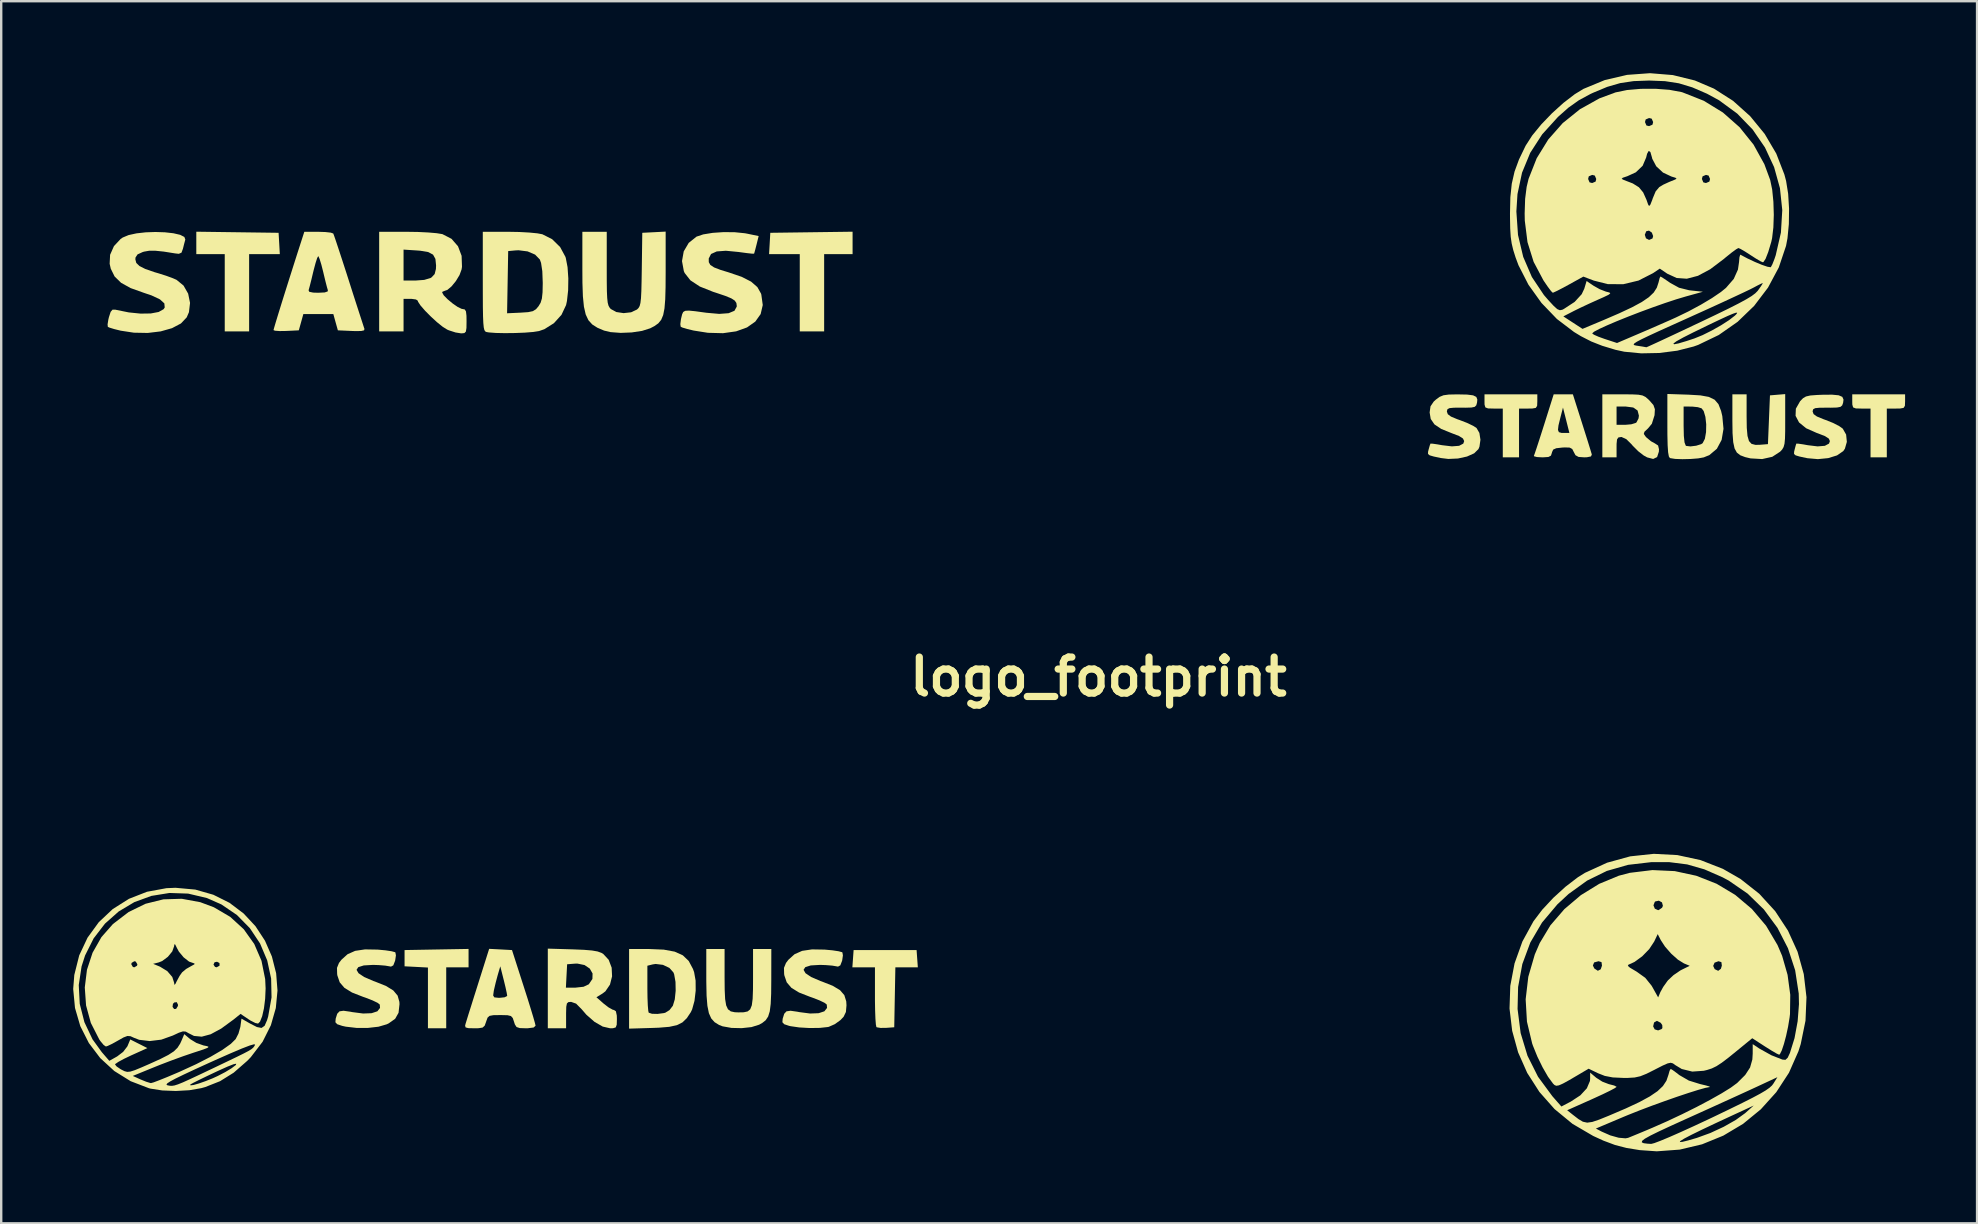
<source format=kicad_pcb>
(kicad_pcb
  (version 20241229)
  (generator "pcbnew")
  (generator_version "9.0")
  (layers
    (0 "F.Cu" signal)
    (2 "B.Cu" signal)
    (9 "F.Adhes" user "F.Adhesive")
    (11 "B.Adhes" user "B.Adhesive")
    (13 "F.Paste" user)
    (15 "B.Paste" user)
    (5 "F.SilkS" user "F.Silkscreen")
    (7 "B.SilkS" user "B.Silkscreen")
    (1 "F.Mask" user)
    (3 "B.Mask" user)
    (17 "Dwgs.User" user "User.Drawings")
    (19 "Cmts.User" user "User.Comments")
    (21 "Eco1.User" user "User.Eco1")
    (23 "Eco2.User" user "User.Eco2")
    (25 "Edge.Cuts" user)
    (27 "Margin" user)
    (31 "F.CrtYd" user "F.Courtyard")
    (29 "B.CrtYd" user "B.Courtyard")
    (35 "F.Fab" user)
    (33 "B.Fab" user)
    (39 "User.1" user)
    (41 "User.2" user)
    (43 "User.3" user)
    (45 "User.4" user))
  (footprint "logo_footprint"
    (layer "F.Cu")
    (at 42.722 25.151)
    (property "Reference" "logo_footprint" (at 0 0 0) (layer "F.SilkS") (effects (font (size 1.5 1.5) (thickness 0.3))))
    (attr board_only exclude_from_pos_files exclude_from_bom)
    (fp_poly (pts (xy -35.877 -18.523) (xy -34.163 -18.5) (xy -34.137 -18.055) (xy -34.112 -17.611) (xy -34.751 -17.611) (xy -35.391 -17.611) (xy -35.391 -16.002) (xy -35.391 -14.393) (xy -35.899 -14.393) (xy -36.407 -14.393) (xy -36.407 -16.002) (xy -36.407 -17.611) (xy -36.999 -17.611) (xy -37.592 -17.611) (xy -37.592 -18.078) (xy -37.592 -18.546)) (stroke (width 0) (type solid)) (fill yes) (layer "F.SilkS"))
    (fp_poly (pts (xy -26.247 11.724) (xy -26.247 12.107) (xy -26.712 12.107) (xy -27.178 12.107) (xy -27.178 13.377) (xy -27.178 14.647) (xy -27.559 14.647) (xy -27.94 14.647) (xy -27.94 13.382) (xy -27.94 12.116) (xy -28.427 12.09) (xy -28.914 12.065) (xy -28.914 11.726) (xy -28.914 11.388) (xy -27.58 11.364) (xy -26.247 11.341)) (stroke (width 0) (type solid)) (fill yes) (layer "F.SilkS"))
    (fp_poly (pts (xy -10.245 -18.078) (xy -10.245 -17.611) (xy -10.837 -17.611) (xy -11.43 -17.611) (xy -11.43 -16.002) (xy -11.43 -14.393) (xy -11.938 -14.393) (xy -12.446 -14.393) (xy -12.446 -16.002) (xy -12.446 -17.611) (xy -13.085 -17.611) (xy -13.725 -17.611) (xy -13.699 -18.055) (xy -13.674 -18.5) (xy -11.959 -18.523) (xy -10.245 -18.546)) (stroke (width 0) (type solid)) (fill yes) (layer "F.SilkS"))
    (fp_poly (pts (xy 18.288 -11.472) (xy 18.28 -11.29) (xy 18.225 -11.204) (xy 18.077 -11.178) (xy 17.907 -11.176) (xy 17.526 -11.176) (xy 17.526 -10.16) (xy 17.526 -9.144) (xy 17.187 -9.144) (xy 16.849 -9.144) (xy 16.849 -10.16) (xy 16.849 -11.176) (xy 16.468 -11.176) (xy 16.234 -11.182) (xy 16.123 -11.225) (xy 16.089 -11.34) (xy 16.087 -11.472) (xy 16.087 -11.769) (xy 17.187 -11.769) (xy 18.288 -11.769)) (stroke (width 0) (type solid)) (fill yes) (layer "F.SilkS"))
    (fp_poly (pts (xy 33.613 -11.472) (xy 33.605 -11.29) (xy 33.549 -11.204) (xy 33.401 -11.178) (xy 33.232 -11.176) (xy 32.851 -11.176) (xy 32.851 -10.16) (xy 32.851 -9.144) (xy 32.512 -9.144) (xy 32.173 -9.144) (xy 32.173 -10.16) (xy 32.173 -11.176) (xy 31.792 -11.176) (xy 31.558 -11.182) (xy 31.447 -11.225) (xy 31.414 -11.34) (xy 31.411 -11.472) (xy 31.411 -11.769) (xy 32.512 -11.769) (xy 33.613 -11.769)) (stroke (width 0) (type solid)) (fill yes) (layer "F.SilkS"))
    (fp_poly (pts (xy -7.552 11.748) (xy -7.526 12.107) (xy -7.994 12.107) (xy -8.462 12.107) (xy -8.486 13.356) (xy -8.509 14.605) (xy -8.851 14.63) (xy -9.081 14.632) (xy -9.233 14.607) (xy -9.253 14.595) (xy -9.274 14.493) (xy -9.293 14.253) (xy -9.306 13.908) (xy -9.313 13.49) (xy -9.313 13.321) (xy -9.313 12.107) (xy -9.784 12.107) (xy -10.254 12.107) (xy -10.228 11.748) (xy -10.202 11.388) (xy -8.89 11.388) (xy -7.578 11.388)) (stroke (width 0) (type solid)) (fill yes) (layer "F.SilkS"))
    (fp_poly (pts (xy 28.617 -10.685) (xy 28.616 -10.234) (xy 28.608 -9.921) (xy 28.588 -9.711) (xy 28.55 -9.572) (xy 28.491 -9.471) (xy 28.404 -9.378) (xy 28.078 -9.166) (xy 27.656 -9.072) (xy 27.173 -9.1) (xy 26.949 -9.153) (xy 26.748 -9.229) (xy 26.604 -9.34) (xy 26.508 -9.513) (xy 26.451 -9.775) (xy 26.423 -10.151) (xy 26.416 -10.669) (xy 26.416 -10.687) (xy 26.416 -11.769) (xy 26.712 -11.769) (xy 27.009 -11.769) (xy 27.009 -10.854) (xy 27.016 -10.372) (xy 27.046 -10.036) (xy 27.108 -9.822) (xy 27.215 -9.705) (xy 27.377 -9.663) (xy 27.562 -9.667) (xy 27.898 -9.694) (xy 27.94 -10.71) (xy 27.982 -11.726) (xy 28.3 -11.753) (xy 28.617 -11.779)) (stroke (width 0) (type solid)) (fill yes) (layer "F.SilkS"))
    (fp_poly (pts (xy -15.579 12.514) (xy -15.574 13.045) (xy -15.556 13.43) (xy -15.513 13.692) (xy -15.438 13.855) (xy -15.321 13.943) (xy -15.153 13.979) (xy -15.004 13.985) (xy -14.781 13.981) (xy -14.62 13.946) (xy -14.511 13.857) (xy -14.444 13.689) (xy -14.409 13.42) (xy -14.395 13.026) (xy -14.393 12.563) (xy -14.393 11.345) (xy -14.012 11.345) (xy -13.631 11.345) (xy -13.633 12.636) (xy -13.638 13.206) (xy -13.657 13.632) (xy -13.696 13.941) (xy -13.764 14.159) (xy -13.867 14.313) (xy -14.012 14.428) (xy -14.141 14.499) (xy -14.459 14.598) (xy -14.866 14.642) (xy -15.29 14.632) (xy -15.661 14.566) (xy -15.805 14.511) (xy -15.995 14.393) (xy -16.135 14.237) (xy -16.233 14.018) (xy -16.295 13.711) (xy -16.329 13.291) (xy -16.34 12.732) (xy -16.341 12.581) (xy -16.341 11.345) (xy -15.96 11.345) (xy -15.579 11.345)) (stroke (width 0) (type solid)) (fill yes) (layer "F.SilkS"))
    (fp_poly (pts (xy -18.113 11.37) (xy -17.658 11.454) (xy -17.319 11.607) (xy -17.073 11.843) (xy -16.897 12.173) (xy -16.848 12.31) (xy -16.786 12.661) (xy -16.783 13.082) (xy -16.833 13.505) (xy -16.931 13.861) (xy -16.987 13.978) (xy -17.154 14.228) (xy -17.336 14.403) (xy -17.568 14.518) (xy -17.884 14.587) (xy -18.318 14.623) (xy -18.59 14.633) (xy -19.558 14.662) (xy -19.558 13.004) (xy -19.558 12.041) (xy -18.796 12.041) (xy -18.796 12.991) (xy -18.791 13.377) (xy -18.778 13.698) (xy -18.759 13.918) (xy -18.74 13.998) (xy -18.604 14.043) (xy -18.372 14.049) (xy -18.112 14.015) (xy -18.052 14) (xy -17.875 13.89) (xy -17.734 13.709) (xy -17.654 13.443) (xy -17.617 13.086) (xy -17.624 12.715) (xy -17.679 12.404) (xy -17.708 12.325) (xy -17.878 12.132) (xy -18.148 12.004) (xy -18.452 11.967) (xy -18.576 11.986) (xy -18.796 12.041) (xy -19.558 12.041) (xy -19.558 11.345) (xy -18.709 11.345)) (stroke (width 0) (type solid)) (fill yes) (layer "F.SilkS"))
    (fp_poly (pts (xy 24.589 -11.755) (xy 25.081 -11.726) (xy 25.434 -11.662) (xy 25.676 -11.545) (xy 25.836 -11.358) (xy 25.944 -11.081) (xy 25.996 -10.863) (xy 26.046 -10.331) (xy 25.968 -9.871) (xy 25.77 -9.501) (xy 25.461 -9.24) (xy 25.224 -9.142) (xy 24.989 -9.1) (xy 24.671 -9.075) (xy 24.332 -9.067) (xy 24.031 -9.078) (xy 23.829 -9.11) (xy 23.812 -9.115) (xy 23.769 -9.182) (xy 23.738 -9.355) (xy 23.718 -9.65) (xy 23.708 -10.085) (xy 23.707 -10.463) (xy 24.384 -10.463) (xy 24.393 -10.037) (xy 24.422 -9.765) (xy 24.472 -9.634) (xy 24.49 -9.62) (xy 24.669 -9.599) (xy 24.906 -9.628) (xy 25.113 -9.692) (xy 25.177 -9.734) (xy 25.27 -9.916) (xy 25.319 -10.195) (xy 25.326 -10.518) (xy 25.292 -10.829) (xy 25.22 -11.073) (xy 25.134 -11.185) (xy 24.977 -11.234) (xy 24.74 -11.259) (xy 24.701 -11.259) (xy 24.384 -11.261) (xy 24.384 -10.463) (xy 23.707 -10.463) (xy 23.707 -10.471) (xy 23.707 -11.784)) (stroke (width 0) (type solid)) (fill yes) (layer "F.SilkS"))
    (fp_poly (pts (xy -18.034 -16.874) (xy -18.038 -16.228) (xy -18.052 -15.727) (xy -18.083 -15.35) (xy -18.137 -15.073) (xy -18.221 -14.873) (xy -18.341 -14.727) (xy -18.503 -14.612) (xy -18.68 -14.52) (xy -19.018 -14.413) (xy -19.451 -14.348) (xy -19.912 -14.33) (xy -20.334 -14.362) (xy -20.601 -14.426) (xy -20.878 -14.544) (xy -21.093 -14.681) (xy -21.253 -14.858) (xy -21.366 -15.098) (xy -21.44 -15.423) (xy -21.483 -15.855) (xy -21.502 -16.416) (xy -21.505 -16.973) (xy -21.505 -18.542) (xy -20.997 -18.542) (xy -20.489 -18.542) (xy -20.489 -17.018) (xy -20.488 -16.471) (xy -20.483 -16.068) (xy -20.47 -15.783) (xy -20.449 -15.59) (xy -20.415 -15.463) (xy -20.367 -15.378) (xy -20.32 -15.325) (xy -20.092 -15.199) (xy -19.786 -15.153) (xy -19.474 -15.188) (xy -19.229 -15.303) (xy -19.165 -15.366) (xy -19.118 -15.449) (xy -19.085 -15.578) (xy -19.062 -15.777) (xy -19.047 -16.074) (xy -19.037 -16.492) (xy -19.029 -16.976) (xy -19.008 -18.5) (xy -18.521 -18.525) (xy -18.034 -18.55)) (stroke (width 0) (type solid)) (fill yes) (layer "F.SilkS"))
    (fp_poly (pts (xy 19.37 -11.768) (xy 19.77 -11.768) (xy 20.151 -10.571) (xy 20.287 -10.141) (xy 20.406 -9.763) (xy 20.497 -9.469) (xy 20.55 -9.292) (xy 20.559 -9.259) (xy 20.523 -9.181) (xy 20.352 -9.147) (xy 20.239 -9.144) (xy 20.005 -9.161) (xy 19.878 -9.232) (xy 19.81 -9.36) (xy 19.743 -9.491) (xy 19.636 -9.55) (xy 19.436 -9.557) (xy 19.325 -9.551) (xy 19.076 -9.523) (xy 18.949 -9.466) (xy 18.9 -9.357) (xy 18.896 -9.335) (xy 18.856 -9.215) (xy 18.75 -9.159) (xy 18.529 -9.144) (xy 18.489 -9.144) (xy 18.271 -9.156) (xy 18.152 -9.188) (xy 18.145 -9.207) (xy 18.182 -9.306) (xy 18.26 -9.538) (xy 18.369 -9.872) (xy 18.499 -10.279) (xy 18.502 -10.287) (xy 19.148 -10.287) (xy 19.187 -10.193) (xy 19.294 -10.162) (xy 19.379 -10.16) (xy 19.624 -10.16) (xy 19.491 -10.689) (xy 19.357 -11.218) (xy 19.248 -10.795) (xy 19.17 -10.476) (xy 19.148 -10.287) (xy 18.502 -10.287) (xy 18.576 -10.52) (xy 18.97 -11.769)) (stroke (width 0) (type solid)) (fill yes) (layer "F.SilkS"))
    (fp_poly (pts (xy -21.907 11.359) (xy -21.436 11.378) (xy -21.101 11.406) (xy -20.869 11.447) (xy -20.707 11.506) (xy -20.638 11.547) (xy -20.408 11.794) (xy -20.284 12.122) (xy -20.267 12.483) (xy -20.354 12.827) (xy -20.546 13.108) (xy -20.667 13.2) (xy -20.919 13.354) (xy -20.617 13.62) (xy -20.412 13.778) (xy -20.241 13.873) (xy -20.19 13.885) (xy -20.108 13.939) (xy -20.07 14.117) (xy -20.066 14.266) (xy -20.073 14.5) (xy -20.115 14.611) (xy -20.228 14.645) (xy -20.35 14.647) (xy -20.657 14.576) (xy -20.999 14.379) (xy -21.337 14.083) (xy -21.531 13.858) (xy -21.766 13.62) (xy -21.975 13.547) (xy -22.087 13.557) (xy -22.149 13.613) (xy -22.176 13.753) (xy -22.183 14.016) (xy -22.183 14.097) (xy -22.183 14.647) (xy -22.564 14.647) (xy -22.945 14.647) (xy -22.945 12.988) (xy -22.945 12.954) (xy -22.191 12.954) (xy -21.791 12.954) (xy -21.455 12.917) (xy -21.237 12.814) (xy -21.086 12.592) (xy -21.08 12.364) (xy -21.196 12.16) (xy -21.415 12.012) (xy -21.714 11.951) (xy -21.816 11.954) (xy -22.14 11.98) (xy -22.166 12.467) (xy -22.191 12.954) (xy -22.945 12.954) (xy -22.945 11.328)) (stroke (width 0) (type solid)) (fill yes) (layer "F.SilkS"))
    (fp_poly (pts (xy -24.134 -18.534) (xy -23.717 -18.511) (xy -23.378 -18.478) (xy -23.172 -18.439) (xy -22.766 -18.235) (xy -22.432 -17.907) (xy -22.211 -17.499) (xy -22.195 -17.448) (xy -22.122 -17.069) (xy -22.09 -16.597) (xy -22.098 -16.103) (xy -22.147 -15.66) (xy -22.183 -15.491) (xy -22.374 -15.084) (xy -22.69 -14.734) (xy -23.089 -14.483) (xy -23.311 -14.406) (xy -23.552 -14.368) (xy -23.903 -14.34) (xy -24.314 -14.324) (xy -24.735 -14.319) (xy -25.115 -14.327) (xy -25.404 -14.349) (xy -25.506 -14.367) (xy -25.552 -14.391) (xy -25.588 -14.448) (xy -25.614 -14.558) (xy -25.632 -14.742) (xy -25.644 -15.019) (xy -25.646 -15.147) (xy -24.642 -15.147) (xy -24.077 -15.173) (xy -23.764 -15.194) (xy -23.569 -15.235) (xy -23.439 -15.315) (xy -23.334 -15.437) (xy -23.245 -15.585) (xy -23.191 -15.763) (xy -23.164 -16.017) (xy -23.156 -16.392) (xy -23.156 -16.419) (xy -23.174 -16.901) (xy -23.226 -17.245) (xy -23.277 -17.387) (xy -23.474 -17.591) (xy -23.786 -17.725) (xy -24.165 -17.773) (xy -24.299 -17.766) (xy -24.596 -17.738) (xy -24.619 -16.443) (xy -24.642 -15.147) (xy -25.646 -15.147) (xy -25.651 -15.409) (xy -25.653 -15.932) (xy -25.654 -16.474) (xy -25.654 -18.542) (xy -24.584 -18.542)) (stroke (width 0) (type solid)) (fill yes) (layer "F.SilkS"))
    (fp_poly (pts (xy 22.239 -11.767) (xy 22.5 -11.754) (xy 22.671 -11.722) (xy 22.795 -11.661) (xy 22.911 -11.561) (xy 22.962 -11.511) (xy 23.126 -11.322) (xy 23.187 -11.149) (xy 23.173 -10.907) (xy 23.172 -10.897) (xy 23.06 -10.542) (xy 22.898 -10.347) (xy 22.752 -10.21) (xy 22.725 -10.118) (xy 22.803 -10.006) (xy 22.829 -9.977) (xy 23.024 -9.814) (xy 23.183 -9.727) (xy 23.32 -9.638) (xy 23.358 -9.479) (xy 23.352 -9.377) (xy 23.279 -9.155) (xy 23.116 -9.076) (xy 22.867 -9.141) (xy 22.721 -9.221) (xy 22.495 -9.396) (xy 22.264 -9.627) (xy 22.213 -9.688) (xy 21.998 -9.9) (xy 21.801 -9.99) (xy 21.78 -9.991) (xy 21.667 -9.973) (xy 21.61 -9.893) (xy 21.591 -9.707) (xy 21.59 -9.567) (xy 21.59 -9.144) (xy 21.294 -9.144) (xy 20.997 -9.144) (xy 20.997 -10.456) (xy 20.997 -10.88) (xy 21.59 -10.88) (xy 21.59 -10.499) (xy 21.954 -10.499) (xy 22.204 -10.521) (xy 22.387 -10.577) (xy 22.42 -10.6) (xy 22.505 -10.765) (xy 22.521 -10.88) (xy 22.465 -11.096) (xy 22.286 -11.22) (xy 21.97 -11.261) (xy 21.954 -11.261) (xy 21.59 -11.261) (xy 21.59 -10.88) (xy 20.997 -10.88) (xy 20.997 -11.769) (xy 21.851 -11.769)) (stroke (width 0) (type solid)) (fill yes) (layer "F.SilkS"))
    (fp_poly (pts (xy -24.913 11.362) (xy -24.437 11.388) (xy -23.947 12.912) (xy -23.792 13.396) (xy -23.658 13.828) (xy -23.551 14.181) (xy -23.481 14.428) (xy -23.455 14.541) (xy -23.455 14.541) (xy -23.535 14.615) (xy -23.778 14.646) (xy -23.864 14.647) (xy -24.113 14.639) (xy -24.247 14.595) (xy -24.318 14.485) (xy -24.354 14.372) (xy -24.406 14.219) (xy -24.481 14.137) (xy -24.625 14.103) (xy -24.886 14.097) (xy -24.934 14.097) (xy -25.215 14.101) (xy -25.373 14.13) (xy -25.455 14.204) (xy -25.507 14.346) (xy -25.515 14.372) (xy -25.574 14.537) (xy -25.662 14.618) (xy -25.832 14.645) (xy -26.011 14.647) (xy -26.257 14.642) (xy -26.371 14.611) (xy -26.391 14.536) (xy -26.371 14.457) (xy -26.328 14.317) (xy -26.244 14.045) (xy -26.126 13.672) (xy -26.004 13.282) (xy -25.222 13.282) (xy -25.172 13.36) (xy -25.006 13.377) (xy -24.944 13.377) (xy -24.744 13.356) (xy -24.642 13.303) (xy -24.638 13.289) (xy -24.658 13.167) (xy -24.709 12.932) (xy -24.781 12.634) (xy -24.782 12.633) (xy -24.925 12.065) (xy -25.035 12.44) (xy -25.116 12.743) (xy -25.184 13.032) (xy -25.197 13.096) (xy -25.222 13.282) (xy -26.004 13.282) (xy -25.986 13.227) (xy -25.852 12.802) (xy -25.389 11.337)) (stroke (width 0) (type solid)) (fill yes) (layer "F.SilkS"))
    (fp_poly (pts (xy 14.971 -11.767) (xy 15.363 -11.759) (xy 15.612 -11.727) (xy 15.745 -11.662) (xy 15.788 -11.551) (xy 15.776 -11.425) (xy 15.745 -11.313) (xy 15.68 -11.248) (xy 15.543 -11.219) (xy 15.293 -11.212) (xy 15.127 -11.213) (xy 14.812 -11.212) (xy 14.629 -11.194) (xy 14.544 -11.15) (xy 14.521 -11.07) (xy 14.52 -11.049) (xy 14.558 -10.941) (xy 14.691 -10.842) (xy 14.949 -10.734) (xy 15.056 -10.696) (xy 15.36 -10.579) (xy 15.616 -10.456) (xy 15.755 -10.366) (xy 15.874 -10.16) (xy 15.918 -9.876) (xy 15.877 -9.589) (xy 15.835 -9.487) (xy 15.656 -9.311) (xy 15.357 -9.177) (xy 14.982 -9.095) (xy 14.578 -9.077) (xy 14.266 -9.115) (xy 13.968 -9.179) (xy 13.801 -9.228) (xy 13.734 -9.284) (xy 13.734 -9.37) (xy 13.757 -9.465) (xy 13.806 -9.639) (xy 13.836 -9.716) (xy 13.924 -9.713) (xy 14.127 -9.684) (xy 14.316 -9.65) (xy 14.727 -9.601) (xy 15.029 -9.624) (xy 15.203 -9.716) (xy 15.24 -9.82) (xy 15.19 -9.928) (xy 15.023 -10.034) (xy 14.717 -10.152) (xy 14.284 -10.327) (xy 14.001 -10.517) (xy 13.846 -10.743) (xy 13.801 -11.014) (xy 13.837 -11.27) (xy 13.972 -11.469) (xy 14.061 -11.549) (xy 14.216 -11.664) (xy 14.378 -11.73) (xy 14.598 -11.76) (xy 14.93 -11.767)) (stroke (width 0) (type solid)) (fill yes) (layer "F.SilkS"))
    (fp_poly (pts (xy 30.846 -11.729) (xy 30.997 -11.664) (xy 31.047 -11.55) (xy 31.03 -11.417) (xy 30.992 -11.309) (xy 30.92 -11.247) (xy 30.773 -11.219) (xy 30.513 -11.212) (xy 30.369 -11.213) (xy 30.052 -11.211) (xy 29.869 -11.193) (xy 29.784 -11.149) (xy 29.761 -11.07) (xy 29.76 -11.053) (xy 29.8 -10.945) (xy 29.94 -10.845) (xy 30.209 -10.734) (xy 30.3 -10.701) (xy 30.607 -10.579) (xy 30.87 -10.444) (xy 31.015 -10.34) (xy 31.156 -10.092) (xy 31.186 -9.788) (xy 31.104 -9.502) (xy 31.035 -9.403) (xy 30.777 -9.225) (xy 30.408 -9.111) (xy 29.978 -9.069) (xy 29.537 -9.108) (xy 29.506 -9.115) (xy 29.212 -9.178) (xy 29.05 -9.227) (xy 28.986 -9.284) (xy 28.988 -9.374) (xy 29.009 -9.463) (xy 29.055 -9.638) (xy 29.081 -9.716) (xy 29.166 -9.713) (xy 29.367 -9.684) (xy 29.556 -9.65) (xy 29.968 -9.6) (xy 30.269 -9.624) (xy 30.443 -9.717) (xy 30.48 -9.821) (xy 30.433 -9.926) (xy 30.275 -10.028) (xy 29.981 -10.143) (xy 29.931 -10.16) (xy 29.49 -10.356) (xy 29.194 -10.598) (xy 29.049 -10.874) (xy 29.061 -11.171) (xy 29.235 -11.477) (xy 29.245 -11.489) (xy 29.359 -11.607) (xy 29.483 -11.68) (xy 29.661 -11.721) (xy 29.939 -11.742) (xy 30.155 -11.751) (xy 30.573 -11.755)) (stroke (width 0) (type solid)) (fill yes) (layer "F.SilkS"))
    (fp_poly (pts (xy -30.033 11.369) (xy -29.709 11.399) (xy -29.453 11.438) (xy -29.31 11.477) (xy -29.297 11.486) (xy -29.274 11.609) (xy -29.304 11.813) (xy -29.31 11.837) (xy -29.383 12.025) (xy -29.479 12.078) (xy -29.549 12.065) (xy -29.72 12.036) (xy -29.992 12.014) (xy -30.228 12.006) (xy -30.613 12.028) (xy -30.842 12.1) (xy -30.915 12.211) (xy -30.833 12.352) (xy -30.598 12.511) (xy -30.212 12.677) (xy -30.147 12.7) (xy -29.691 12.882) (xy -29.384 13.071) (xy -29.203 13.286) (xy -29.13 13.546) (xy -29.125 13.646) (xy -29.165 14.003) (xy -29.306 14.252) (xy -29.576 14.443) (xy -29.661 14.483) (xy -30 14.582) (xy -30.439 14.632) (xy -30.915 14.632) (xy -31.365 14.58) (xy -31.517 14.546) (xy -31.72 14.478) (xy -31.796 14.396) (xy -31.784 14.251) (xy -31.781 14.237) (xy -31.72 14.042) (xy -31.625 13.941) (xy -31.457 13.917) (xy -31.175 13.957) (xy -31.087 13.974) (xy -30.641 14.032) (xy -30.288 14.019) (xy -30.047 13.94) (xy -29.936 13.799) (xy -29.947 13.658) (xy -30.039 13.586) (xy -30.252 13.484) (xy -30.546 13.37) (xy -30.643 13.337) (xy -31.104 13.157) (xy -31.42 12.962) (xy -31.616 12.733) (xy -31.714 12.447) (xy -31.723 12.387) (xy -31.73 12.13) (xy -31.647 11.925) (xy -31.544 11.791) (xy -31.29 11.562) (xy -30.973 11.421) (xy -30.562 11.36)) (stroke (width 0) (type solid)) (fill yes) (layer "F.SilkS"))
    (fp_poly (pts (xy -11.407 11.369) (xy -11.083 11.399) (xy -10.826 11.438) (xy -10.683 11.477) (xy -10.67 11.486) (xy -10.648 11.609) (xy -10.677 11.813) (xy -10.683 11.837) (xy -10.756 12.025) (xy -10.852 12.078) (xy -10.923 12.065) (xy -11.093 12.036) (xy -11.366 12.014) (xy -11.601 12.006) (xy -11.987 12.028) (xy -12.215 12.1) (xy -12.288 12.211) (xy -12.207 12.352) (xy -11.972 12.511) (xy -11.585 12.677) (xy -11.52 12.7) (xy -11.072 12.877) (xy -10.769 13.059) (xy -10.589 13.267) (xy -10.509 13.525) (xy -10.499 13.691) (xy -10.523 13.968) (xy -10.618 14.166) (xy -10.75 14.306) (xy -10.984 14.475) (xy -11.233 14.585) (xy -11.268 14.594) (xy -11.609 14.631) (xy -12.035 14.637) (xy -12.468 14.612) (xy -12.829 14.56) (xy -12.89 14.546) (xy -13.094 14.478) (xy -13.17 14.396) (xy -13.158 14.251) (xy -13.154 14.237) (xy -13.093 14.042) (xy -12.999 13.941) (xy -12.83 13.917) (xy -12.549 13.957) (xy -12.461 13.974) (xy -12.014 14.032) (xy -11.661 14.019) (xy -11.42 13.94) (xy -11.309 13.799) (xy -11.321 13.658) (xy -11.413 13.586) (xy -11.626 13.484) (xy -11.92 13.37) (xy -12.016 13.337) (xy -12.477 13.157) (xy -12.794 12.962) (xy -12.989 12.733) (xy -13.087 12.447) (xy -13.097 12.387) (xy -13.104 12.13) (xy -13.02 11.925) (xy -12.918 11.791) (xy -12.664 11.562) (xy -12.347 11.421) (xy -11.935 11.36)) (stroke (width 0) (type solid)) (fill yes) (layer "F.SilkS"))
    (fp_poly (pts (xy -32.213 -18.532) (xy -31.989 -18.507) (xy -31.886 -18.471) (xy -31.885 -18.471) (xy -31.848 -18.373) (xy -31.767 -18.137) (xy -31.651 -17.787) (xy -31.506 -17.345) (xy -31.341 -16.836) (xy -31.234 -16.502) (xy -31.061 -15.96) (xy -30.903 -15.47) (xy -30.768 -15.054) (xy -30.665 -14.737) (xy -30.602 -14.542) (xy -30.585 -14.495) (xy -30.601 -14.436) (xy -30.723 -14.408) (xy -30.977 -14.405) (xy -31.118 -14.41) (xy -31.693 -14.436) (xy -31.788 -14.774) (xy -31.882 -15.113) (xy -32.507 -15.113) (xy -33.132 -15.113) (xy -33.226 -14.774) (xy -33.321 -14.436) (xy -33.848 -14.41) (xy -34.121 -14.406) (xy -34.311 -14.42) (xy -34.375 -14.445) (xy -34.35 -14.54) (xy -34.282 -14.771) (xy -34.177 -15.115) (xy -34.044 -15.546) (xy -33.89 -16.039) (xy -33.868 -16.108) (xy -32.914 -16.108) (xy -32.885 -16.042) (xy -32.721 -16.008) (xy -32.512 -16.002) (xy -32.241 -16.015) (xy -32.118 -16.057) (xy -32.11 -16.108) (xy -32.148 -16.237) (xy -32.211 -16.482) (xy -32.287 -16.797) (xy -32.304 -16.87) (xy -32.382 -17.176) (xy -32.453 -17.406) (xy -32.503 -17.52) (xy -32.512 -17.526) (xy -32.555 -17.45) (xy -32.621 -17.247) (xy -32.698 -16.958) (xy -32.72 -16.87) (xy -32.797 -16.547) (xy -32.864 -16.282) (xy -32.908 -16.123) (xy -32.914 -16.108) (xy -33.868 -16.108) (xy -33.722 -16.571) (xy -33.549 -17.116) (xy -33.379 -17.65) (xy -33.262 -18.013) (xy -33.091 -18.542) (xy -32.51 -18.542)) (stroke (width 0) (type solid)) (fill yes) (layer "F.SilkS"))
    (fp_poly (pts (xy -38.9 -18.521) (xy -38.546 -18.481) (xy -38.265 -18.416) (xy -38.09 -18.327) (xy -38.05 -18.218) (xy -38.101 -18.03) (xy -38.149 -17.836) (xy -38.21 -17.672) (xy -38.321 -17.625) (xy -38.471 -17.641) (xy -38.948 -17.717) (xy -39.299 -17.753) (xy -39.561 -17.752) (xy -39.771 -17.715) (xy -39.829 -17.697) (xy -40.041 -17.6) (xy -40.125 -17.472) (xy -40.132 -17.395) (xy -40.094 -17.246) (xy -39.963 -17.117) (xy -39.718 -16.993) (xy -39.337 -16.861) (xy -39.159 -16.809) (xy -38.844 -16.709) (xy -38.56 -16.604) (xy -38.415 -16.54) (xy -38.124 -16.301) (xy -37.932 -15.965) (xy -37.853 -15.579) (xy -37.899 -15.191) (xy -37.992 -14.976) (xy -38.233 -14.722) (xy -38.605 -14.526) (xy -39.076 -14.392) (xy -39.616 -14.327) (xy -40.194 -14.338) (xy -40.744 -14.422) (xy -41.014 -14.489) (xy -41.21 -14.549) (xy -41.279 -14.581) (xy -41.289 -14.685) (xy -41.256 -14.89) (xy -41.233 -14.985) (xy -41.161 -15.206) (xy -41.084 -15.297) (xy -40.964 -15.297) (xy -40.943 -15.292) (xy -40.407 -15.183) (xy -39.914 -15.133) (xy -39.49 -15.139) (xy -39.161 -15.201) (xy -38.955 -15.317) (xy -38.908 -15.389) (xy -38.924 -15.559) (xy -39.107 -15.726) (xy -39.457 -15.891) (xy -39.78 -16) (xy -40.328 -16.196) (xy -40.727 -16.417) (xy -40.996 -16.68) (xy -41.156 -17.003) (xy -41.203 -17.21) (xy -41.184 -17.585) (xy -41.024 -17.945) (xy -40.748 -18.241) (xy -40.659 -18.303) (xy -40.414 -18.405) (xy -40.085 -18.477) (xy -39.701 -18.52) (xy -39.296 -18.534)) (stroke (width 0) (type solid)) (fill yes) (layer "F.SilkS"))
    (fp_poly (pts (xy -28.355 -18.535) (xy -27.927 -18.514) (xy -27.577 -18.484) (xy -27.348 -18.447) (xy -27.331 -18.442) (xy -26.957 -18.249) (xy -26.687 -17.939) (xy -26.537 -17.542) (xy -26.521 -17.084) (xy -26.538 -16.974) (xy -26.623 -16.741) (xy -26.775 -16.49) (xy -26.957 -16.267) (xy -27.133 -16.119) (xy -27.229 -16.087) (xy -27.336 -16.044) (xy -27.347 -16.012) (xy -27.283 -15.896) (xy -27.121 -15.731) (xy -26.911 -15.556) (xy -26.699 -15.409) (xy -26.533 -15.33) (xy -26.5 -15.325) (xy -26.406 -15.306) (xy -26.355 -15.224) (xy -26.334 -15.041) (xy -26.331 -14.817) (xy -26.335 -14.535) (xy -26.359 -14.384) (xy -26.421 -14.322) (xy -26.539 -14.31) (xy -26.564 -14.311) (xy -26.79 -14.347) (xy -27.065 -14.436) (xy -27.136 -14.466) (xy -27.323 -14.583) (xy -27.562 -14.775) (xy -27.818 -15.01) (xy -28.058 -15.252) (xy -28.248 -15.47) (xy -28.353 -15.629) (xy -28.363 -15.67) (xy -28.438 -15.722) (xy -28.621 -15.747) (xy -28.66 -15.748) (xy -28.956 -15.748) (xy -28.956 -15.071) (xy -28.956 -14.393) (xy -29.464 -14.393) (xy -29.972 -14.393) (xy -29.972 -16.468) (xy -29.972 -17.155) (xy -28.956 -17.155) (xy -28.956 -16.51) (xy -28.467 -16.51) (xy -28.094 -16.538) (xy -27.83 -16.617) (xy -27.79 -16.642) (xy -27.66 -16.781) (xy -27.607 -16.993) (xy -27.601 -17.139) (xy -27.628 -17.412) (xy -27.727 -17.59) (xy -27.926 -17.697) (xy -28.255 -17.753) (xy -28.415 -17.765) (xy -28.956 -17.8) (xy -28.956 -17.155) (xy -29.972 -17.155) (xy -29.972 -18.542) (xy -28.818 -18.542)) (stroke (width 0) (type solid)) (fill yes) (layer "F.SilkS"))
    (fp_poly (pts (xy -15.152 -18.524) (xy -14.729 -18.481) (xy -14.633 -18.463) (xy -14.159 -18.365) (xy -14.247 -18.009) (xy -14.304 -17.787) (xy -14.343 -17.649) (xy -14.351 -17.63) (xy -14.436 -17.631) (xy -14.647 -17.654) (xy -14.94 -17.693) (xy -14.996 -17.701) (xy -15.524 -17.752) (xy -15.905 -17.724) (xy -16.143 -17.617) (xy -16.239 -17.429) (xy -16.239 -17.429) (xy -16.237 -17.277) (xy -16.172 -17.16) (xy -16.017 -17.058) (xy -15.746 -16.954) (xy -15.409 -16.851) (xy -14.867 -16.666) (xy -14.475 -16.466) (xy -14.213 -16.238) (xy -14.061 -15.969) (xy -14.048 -15.927) (xy -13.988 -15.491) (xy -14.076 -15.113) (xy -14.3 -14.799) (xy -14.644 -14.557) (xy -15.097 -14.394) (xy -15.644 -14.317) (xy -16.272 -14.333) (xy -16.868 -14.427) (xy -17.139 -14.492) (xy -17.337 -14.552) (xy -17.407 -14.585) (xy -17.423 -14.694) (xy -17.397 -14.898) (xy -17.383 -14.96) (xy -17.347 -15.107) (xy -17.302 -15.201) (xy -17.218 -15.25) (xy -17.063 -15.258) (xy -16.808 -15.233) (xy -16.422 -15.18) (xy -16.331 -15.168) (xy -15.801 -15.121) (xy -15.411 -15.15) (xy -15.167 -15.251) (xy -15.072 -15.426) (xy -15.071 -15.453) (xy -15.087 -15.575) (xy -15.154 -15.674) (xy -15.298 -15.768) (xy -15.545 -15.87) (xy -15.921 -15.997) (xy -16.058 -16.041) (xy -16.61 -16.261) (xy -17.003 -16.52) (xy -17.242 -16.824) (xy -17.277 -16.905) (xy -17.353 -17.321) (xy -17.281 -17.726) (xy -17.074 -18.079) (xy -16.75 -18.339) (xy -16.747 -18.341) (xy -16.468 -18.434) (xy -16.074 -18.498) (xy -15.618 -18.529)) (stroke (width 0) (type solid)) (fill yes) (layer "F.SilkS"))
    (fp_poly (pts (xy -37.427 9.393) (xy -36.862 9.604) (xy -36.18 10.004) (xy -35.615 10.52) (xy -35.177 11.136) (xy -34.876 11.834) (xy -34.722 12.599) (xy -34.704 12.988) (xy -34.723 13.418) (xy -34.773 13.816) (xy -34.847 14.145) (xy -34.937 14.37) (xy -35.018 14.452) (xy -35.136 14.426) (xy -35.331 14.326) (xy -35.427 14.265) (xy -35.747 14.048) (xy -36.041 14.284) (xy -36.555 14.66) (xy -36.992 14.896) (xy -37.365 14.997) (xy -37.688 14.966) (xy -37.913 14.853) (xy -38.03 14.786) (xy -38.148 14.776) (xy -38.316 14.831) (xy -38.571 14.95) (xy -39.05 15.121) (xy -39.534 15.18) (xy -39.974 15.127) (xy -40.181 15.047) (xy -40.336 14.977) (xy -40.464 14.968) (xy -40.624 15.029) (xy -40.857 15.16) (xy -41.099 15.295) (xy -41.287 15.384) (xy -41.36 15.407) (xy -41.454 15.342) (xy -41.589 15.18) (xy -41.637 15.11) (xy -41.987 14.423) (xy -42.169 13.757) (xy -38.582 13.757) (xy -38.515 13.845) (xy -38.433 13.839) (xy -38.36 13.721) (xy -38.354 13.669) (xy -38.406 13.559) (xy -38.513 13.573) (xy -38.566 13.631) (xy -38.582 13.757) (xy -42.169 13.757) (xy -42.186 13.694) (xy -42.239 12.947) (xy -42.148 12.207) (xy -42.073 11.98) (xy -40.301 11.98) (xy -40.234 12.093) (xy -40.174 12.107) (xy -40.062 12.04) (xy -40.047 11.98) (xy -40.059 11.962) (xy -39.391 11.962) (xy -39.105 12.08) (xy -38.802 12.265) (xy -38.593 12.509) (xy -38.518 12.742) (xy -38.503 12.84) (xy -38.46 12.795) (xy -38.411 12.691) (xy -38.289 12.466) (xy -38.185 12.318) (xy -38.015 12.175) (xy -37.804 12.055) (xy -37.693 11.994) (xy -36.876 11.994) (xy -36.813 12.089) (xy -36.745 12.107) (xy -36.635 12.046) (xy -36.622 12.029) (xy -36.627 11.928) (xy -36.729 11.875) (xy -36.831 11.897) (xy -36.876 11.994) (xy -37.693 11.994) (xy -37.671 11.982) (xy -37.669 11.943) (xy -37.686 11.941) (xy -37.893 11.869) (xy -38.12 11.691) (xy -38.317 11.454) (xy -38.393 11.315) (xy -38.471 11.157) (xy -38.507 11.148) (xy -38.516 11.227) (xy -38.594 11.446) (xy -38.778 11.67) (xy -39.015 11.846) (xy -39.161 11.904) (xy -39.391 11.962) (xy -40.059 11.962) (xy -40.115 11.868) (xy -40.174 11.853) (xy -40.287 11.921) (xy -40.301 11.98) (xy -42.073 11.98) (xy -41.915 11.499) (xy -41.545 10.848) (xy -41.064 10.301) (xy -40.41 9.801) (xy -39.704 9.458) (xy -38.962 9.274) (xy -38.197 9.251)) (stroke (width 0) (type solid)) (fill yes) (layer "F.SilkS"))
    (fp_poly (pts (xy 23.792 -24.458) (xy 24.285 -24.367) (xy 24.342 -24.351) (xy 25.224 -24.002) (xy 26.021 -23.513) (xy 26.716 -22.9) (xy 27.297 -22.177) (xy 27.75 -21.357) (xy 27.992 -20.701) (xy 28.075 -20.299) (xy 28.125 -19.795) (xy 28.142 -19.25) (xy 28.124 -18.724) (xy 28.071 -18.276) (xy 28.036 -18.119) (xy 27.91 -17.698) (xy 27.799 -17.415) (xy 27.709 -17.281) (xy 27.684 -17.272) (xy 27.584 -17.316) (xy 27.39 -17.431) (xy 27.178 -17.568) (xy 26.937 -17.723) (xy 26.75 -17.831) (xy 26.666 -17.865) (xy 26.573 -17.813) (xy 26.387 -17.677) (xy 26.143 -17.481) (xy 26.061 -17.411) (xy 25.493 -16.982) (xy 24.981 -16.708) (xy 24.518 -16.587) (xy 24.094 -16.617) (xy 23.704 -16.796) (xy 23.696 -16.801) (xy 23.392 -17.008) (xy 23.105 -16.816) (xy 22.505 -16.51) (xy 21.869 -16.358) (xy 21.222 -16.362) (xy 20.644 -16.508) (xy 20.205 -16.675) (xy 19.596 -16.338) (xy 19.308 -16.183) (xy 19.079 -16.066) (xy 18.947 -16.006) (xy 18.932 -16.002) (xy 18.863 -16.068) (xy 18.731 -16.242) (xy 18.563 -16.488) (xy 18.539 -16.525) (xy 18.134 -17.29) (xy 17.878 -18.111) (xy 17.84 -18.417) (xy 22.767 -18.417) (xy 22.815 -18.27) (xy 22.945 -18.203) (xy 23.087 -18.264) (xy 23.114 -18.364) (xy 23.06 -18.509) (xy 22.941 -18.591) (xy 22.826 -18.564) (xy 22.767 -18.417) (xy 17.84 -18.417) (xy 17.766 -19.007) (xy 17.76 -19.304) (xy 17.78 -19.915) (xy 17.843 -20.414) (xy 17.922 -20.743) (xy 20.405 -20.743) (xy 20.465 -20.602) (xy 20.574 -20.574) (xy 20.716 -20.634) (xy 20.743 -20.743) (xy 20.741 -20.748) (xy 21.803 -20.748) (xy 21.886 -20.704) (xy 22.266 -20.557) (xy 22.522 -20.397) (xy 22.699 -20.182) (xy 22.84 -19.868) (xy 22.903 -19.685) (xy 22.945 -19.616) (xy 22.998 -19.673) (xy 23.077 -19.872) (xy 23.099 -19.939) (xy 23.219 -20.226) (xy 23.369 -20.404) (xy 23.537 -20.506) (xy 23.778 -20.617) (xy 23.982 -20.7) (xy 24.003 -20.708) (xy 24.074 -20.743) (xy 25.146 -20.743) (xy 25.206 -20.602) (xy 25.315 -20.574) (xy 25.457 -20.634) (xy 25.485 -20.743) (xy 25.425 -20.885) (xy 25.315 -20.913) (xy 25.174 -20.853) (xy 25.146 -20.743) (xy 24.074 -20.743) (xy 24.09 -20.751) (xy 24.044 -20.794) (xy 23.876 -20.845) (xy 23.525 -21.01) (xy 23.244 -21.271) (xy 23.078 -21.584) (xy 23.063 -21.647) (xy 23 -21.864) (xy 22.93 -21.913) (xy 22.862 -21.794) (xy 22.824 -21.639) (xy 22.677 -21.293) (xy 22.393 -21.021) (xy 22.04 -20.859) (xy 21.848 -20.794) (xy 21.803 -20.748) (xy 20.741 -20.748) (xy 20.683 -20.885) (xy 20.574 -20.913) (xy 20.432 -20.853) (xy 20.405 -20.743) (xy 17.922 -20.743) (xy 17.924 -20.75) (xy 18.262 -21.607) (xy 18.743 -22.387) (xy 19.348 -23.073) (xy 19.4 -23.114) (xy 22.775 -23.114) (xy 22.835 -22.972) (xy 22.945 -22.945) (xy 23.086 -23.005) (xy 23.114 -23.114) (xy 23.054 -23.256) (xy 22.945 -23.283) (xy 22.803 -23.223) (xy 22.775 -23.114) (xy 19.4 -23.114) (xy 20.064 -23.649) (xy 20.875 -24.101) (xy 21.548 -24.351) (xy 22.023 -24.449) (xy 22.598 -24.499) (xy 23.209 -24.502)) (stroke (width 0) (type solid)) (fill yes) (layer "F.SilkS"))
    (fp_poly (pts (xy 24.015 8.098) (xy 24.91 8.291) (xy 25.756 8.624) (xy 26.534 9.089) (xy 27.228 9.675) (xy 27.821 10.375) (xy 28.296 11.178) (xy 28.489 11.629) (xy 28.716 12.421) (xy 28.828 13.251) (xy 28.817 14.053) (xy 28.8 14.198) (xy 28.737 14.581) (xy 28.655 14.961) (xy 28.564 15.302) (xy 28.475 15.568) (xy 28.398 15.723) (xy 28.364 15.748) (xy 28.269 15.705) (xy 28.073 15.592) (xy 27.815 15.431) (xy 27.774 15.405) (xy 27.244 15.062) (xy 26.636 15.56) (xy 26.259 15.866) (xy 25.976 16.081) (xy 25.754 16.226) (xy 25.559 16.321) (xy 25.36 16.385) (xy 25.224 16.418) (xy 24.745 16.452) (xy 24.306 16.344) (xy 24.036 16.181) (xy 23.939 16.11) (xy 23.845 16.084) (xy 23.717 16.111) (xy 23.517 16.199) (xy 23.207 16.357) (xy 23.177 16.373) (xy 22.837 16.543) (xy 22.58 16.646) (xy 22.345 16.698) (xy 22.067 16.715) (xy 21.859 16.715) (xy 21.43 16.695) (xy 21.101 16.632) (xy 20.818 16.521) (xy 20.426 16.332) (xy 19.992 16.588) (xy 19.615 16.809) (xy 19.356 16.951) (xy 19.186 17.026) (xy 19.077 17.043) (xy 19.002 17.011) (xy 18.942 16.951) (xy 18.734 16.667) (xy 18.507 16.273) (xy 18.288 15.824) (xy 18.105 15.372) (xy 18.073 15.281) (xy 17.903 14.568) (xy 23.114 14.568) (xy 23.179 14.693) (xy 23.321 14.736) (xy 23.465 14.681) (xy 23.5 14.639) (xy 23.494 14.513) (xy 23.428 14.418) (xy 23.272 14.337) (xy 23.153 14.405) (xy 23.114 14.568) (xy 17.903 14.568) (xy 17.856 14.372) (xy 17.802 13.44) (xy 17.912 12.502) (xy 18.049 12.031) (xy 20.603 12.031) (xy 20.664 12.156) (xy 20.81 12.251) (xy 20.929 12.19) (xy 20.979 12.047) (xy 22.061 12.047) (xy 22.146 12.121) (xy 22.358 12.247) (xy 22.421 12.284) (xy 22.786 12.545) (xy 23.049 12.872) (xy 23.093 12.948) (xy 23.323 13.36) (xy 23.417 13.136) (xy 23.536 12.921) (xy 23.706 12.682) (xy 23.736 12.645) (xy 23.965 12.431) (xy 24.243 12.241) (xy 24.3 12.211) (xy 24.629 12.048) (xy 25.616 12.048) (xy 25.679 12.183) (xy 25.825 12.253) (xy 25.937 12.169) (xy 25.977 12.037) (xy 25.958 11.891) (xy 25.838 11.853) (xy 25.674 11.913) (xy 25.616 12.048) (xy 24.629 12.048) (xy 24.639 12.044) (xy 24.396 11.943) (xy 24.146 11.788) (xy 23.866 11.537) (xy 23.608 11.243) (xy 23.431 10.971) (xy 23.305 10.723) (xy 23.158 11.034) (xy 22.951 11.348) (xy 22.658 11.649) (xy 22.34 11.881) (xy 22.199 11.948) (xy 22.084 11.998) (xy 22.061 12.047) (xy 20.979 12.047) (xy 20.982 12.037) (xy 20.963 11.891) (xy 20.839 11.853) (xy 20.655 11.904) (xy 20.603 12.031) (xy 18.049 12.031) (xy 18.182 11.573) (xy 18.388 11.096) (xy 18.834 10.356) (xy 19.415 9.683) (xy 19.601 9.525) (xy 23.127 9.525) (xy 23.185 9.664) (xy 23.318 9.724) (xy 23.346 9.721) (xy 23.487 9.623) (xy 23.521 9.545) (xy 23.483 9.402) (xy 23.352 9.33) (xy 23.204 9.362) (xy 23.182 9.381) (xy 23.127 9.525) (xy 19.601 9.525) (xy 20.102 9.1) (xy 20.868 8.628) (xy 21.684 8.29) (xy 22.14 8.17) (xy 23.086 8.055)) (stroke (width 0) (type solid)) (fill yes) (layer "F.SilkS"))
    (fp_poly (pts (xy -37.633 8.868) (xy -36.882 9.083) (xy -36.209 9.419) (xy -35.622 9.862) (xy -35.127 10.393) (xy -34.731 10.997) (xy -34.442 11.657) (xy -34.265 12.356) (xy -34.209 13.077) (xy -34.279 13.804) (xy -34.484 14.52) (xy -34.829 15.208) (xy -35.322 15.852) (xy -35.468 16.003) (xy -36.033 16.497) (xy -36.602 16.852) (xy -37.219 17.096) (xy -37.383 17.142) (xy -37.876 17.228) (xy -38.443 17.26) (xy -39.009 17.238) (xy -39.5 17.162) (xy -39.566 17.145) (xy -39.958 16.994) (xy -38.837 16.994) (xy -38.797 17.022) (xy -38.79 17.024) (xy -38.696 17.042) (xy -38.606 17.046) (xy -38.498 17.029) (xy -38.382 16.992) (xy -37.845 16.992) (xy -37.835 17.027) (xy -37.702 17.009) (xy -37.481 16.946) (xy -37.206 16.85) (xy -36.91 16.732) (xy -36.698 16.635) (xy -36.388 16.474) (xy -36.123 16.313) (xy -35.954 16.185) (xy -35.942 16.173) (xy -35.928 16.123) (xy -36.045 16.147) (xy -36.3 16.248) (xy -36.697 16.427) (xy -36.793 16.472) (xy -37.172 16.652) (xy -37.492 16.807) (xy -37.725 16.924) (xy -37.839 16.987) (xy -37.845 16.992) (xy -38.382 16.992) (xy -38.351 16.982) (xy -38.141 16.897) (xy -37.848 16.764) (xy -37.449 16.577) (xy -36.923 16.327) (xy -36.83 16.283) (xy -36.301 16.03) (xy -35.903 15.839) (xy -35.618 15.698) (xy -35.423 15.596) (xy -35.299 15.52) (xy -35.225 15.459) (xy -35.18 15.402) (xy -35.143 15.337) (xy -35.141 15.333) (xy -35.182 15.313) (xy -35.366 15.365) (xy -35.696 15.492) (xy -36.172 15.694) (xy -36.798 15.971) (xy -37.038 16.079) (xy -37.647 16.357) (xy -38.115 16.576) (xy -38.454 16.741) (xy -38.679 16.861) (xy -38.802 16.943) (xy -38.837 16.994) (xy -39.958 16.994) (xy -40.328 16.852) (xy -41.009 16.428) (xy -41.594 15.891) (xy -42.07 15.261) (xy -42.426 14.558) (xy -42.647 13.801) (xy -42.722 13.01) (xy -42.709 12.845) (xy -42.49 12.845) (xy -42.449 13.63) (xy -42.255 14.393) (xy -41.917 15.107) (xy -41.529 15.643) (xy -41.217 16.004) (xy -40.89 15.82) (xy -40.641 15.631) (xy -40.468 15.406) (xy -40.453 15.375) (xy -40.344 15.113) (xy -39.987 15.293) (xy -39.631 15.473) (xy -40.305 15.777) (xy -40.607 15.921) (xy -40.839 16.047) (xy -40.966 16.134) (xy -40.979 16.155) (xy -40.911 16.239) (xy -40.744 16.353) (xy -40.703 16.375) (xy -40.581 16.436) (xy -40.471 16.464) (xy -40.34 16.452) (xy -40.152 16.392) (xy -39.874 16.277) (xy -39.544 16.133) (xy -39.085 15.925) (xy -38.756 15.757) (xy -38.529 15.609) (xy -38.375 15.459) (xy -38.265 15.287) (xy -38.212 15.172) (xy -38.094 14.892) (xy -37.849 15.098) (xy -37.591 15.256) (xy -37.3 15.36) (xy -37.283 15.364) (xy -37.138 15.394) (xy -37.08 15.423) (xy -37.126 15.464) (xy -37.293 15.529) (xy -37.599 15.629) (xy -37.719 15.668) (xy -38.139 15.811) (xy -38.636 15.992) (xy -39.13 16.181) (xy -39.358 16.273) (xy -40.24 16.633) (xy -39.911 16.781) (xy -39.682 16.874) (xy -39.51 16.927) (xy -39.479 16.931) (xy -39.367 16.9) (xy -39.132 16.811) (xy -38.805 16.679) (xy -38.417 16.515) (xy -38.293 16.462) (xy -37.598 16.143) (xy -36.999 15.836) (xy -36.512 15.552) (xy -36.155 15.298) (xy -35.953 15.099) (xy -35.835 14.868) (xy -35.757 14.591) (xy -35.753 14.566) (xy -35.71 14.245) (xy -35.36 14.445) (xy -35.066 14.596) (xy -34.874 14.633) (xy -34.745 14.543) (xy -34.644 14.311) (xy -34.597 14.155) (xy -34.457 13.361) (xy -34.474 12.576) (xy -34.637 11.82) (xy -34.936 11.113) (xy -35.361 10.475) (xy -35.901 9.926) (xy -36.546 9.487) (xy -37.151 9.22) (xy -37.933 9.035) (xy -38.71 9.009) (xy -39.464 9.131) (xy -40.175 9.391) (xy -40.826 9.78) (xy -41.397 10.286) (xy -41.87 10.901) (xy -42.227 11.613) (xy -42.373 12.069) (xy -42.49 12.845) (xy -42.709 12.845) (xy -42.676 12.425) (xy -42.471 11.609) (xy -42.124 10.871) (xy -41.653 10.223) (xy -41.073 9.679) (xy -40.399 9.253) (xy -39.648 8.959) (xy -38.835 8.809) (xy -38.457 8.793)) (stroke (width 0) (type solid)) (fill yes) (layer "F.SilkS"))
    (fp_poly (pts (xy 24.123 7.43) (xy 25.089 7.639) (xy 26.021 8.004) (xy 26.752 8.423) (xy 27.536 9.042) (xy 28.199 9.766) (xy 28.732 10.578) (xy 29.132 11.458) (xy 29.391 12.389) (xy 29.504 13.353) (xy 29.463 14.331) (xy 29.264 15.305) (xy 29.169 15.605) (xy 28.774 16.5) (xy 28.245 17.31) (xy 27.601 18.024) (xy 26.86 18.631) (xy 26.038 19.121) (xy 25.153 19.482) (xy 24.223 19.703) (xy 23.265 19.774) (xy 22.554 19.724) (xy 22.003 19.634) (xy 21.527 19.511) (xy 21.231 19.4) (xy 22.641 19.4) (xy 22.722 19.437) (xy 22.887 19.457) (xy 23.037 19.465) (xy 23.166 19.431) (xy 23.28 19.388) (xy 24.226 19.388) (xy 24.336 19.379) (xy 24.572 19.321) (xy 24.932 19.216) (xy 24.947 19.211) (xy 25.5 19.01) (xy 26.054 18.753) (xy 26.556 18.468) (xy 26.95 18.183) (xy 26.982 18.154) (xy 27.305 17.867) (xy 26.458 18.258) (xy 25.722 18.6) (xy 25.137 18.877) (xy 24.698 19.092) (xy 24.403 19.247) (xy 24.247 19.345) (xy 24.226 19.388) (xy 23.28 19.388) (xy 23.428 19.332) (xy 23.8 19.177) (xy 24.263 18.973) (xy 24.795 18.731) (xy 25.378 18.459) (xy 25.604 18.352) (xy 26.286 18.024) (xy 26.83 17.758) (xy 27.254 17.544) (xy 27.572 17.374) (xy 27.803 17.238) (xy 27.962 17.126) (xy 28.066 17.031) (xy 28.122 16.957) (xy 28.292 16.685) (xy 27.417 17.092) (xy 27.092 17.242) (xy 26.646 17.446) (xy 26.112 17.689) (xy 25.523 17.957) (xy 24.913 18.233) (xy 24.494 18.422) (xy 23.856 18.712) (xy 23.363 18.941) (xy 23.005 19.117) (xy 22.772 19.247) (xy 22.654 19.339) (xy 22.641 19.4) (xy 21.231 19.4) (xy 21.048 19.332) (xy 20.616 19.134) (xy 19.754 18.63) (xy 19.005 18.013) (xy 18.375 17.3) (xy 17.867 16.507) (xy 17.488 15.652) (xy 17.24 14.752) (xy 17.132 13.843) (xy 17.465 13.843) (xy 17.593 14.848) (xy 17.878 15.791) (xy 18.317 16.667) (xy 18.91 17.472) (xy 18.92 17.484) (xy 19.291 17.907) (xy 19.683 17.702) (xy 20.08 17.442) (xy 20.352 17.148) (xy 20.481 16.843) (xy 20.489 16.75) (xy 20.489 16.495) (xy 20.746 16.711) (xy 20.998 16.872) (xy 21.27 16.976) (xy 21.296 16.982) (xy 21.49 17.032) (xy 21.587 17.083) (xy 21.589 17.091) (xy 21.516 17.143) (xy 21.317 17.249) (xy 21.019 17.394) (xy 20.651 17.563) (xy 20.561 17.604) (xy 19.532 18.063) (xy 19.771 18.253) (xy 20.003 18.432) (xy 20.187 18.541) (xy 20.366 18.58) (xy 20.578 18.55) (xy 20.866 18.453) (xy 21.268 18.29) (xy 21.268 18.29) (xy 21.977 17.987) (xy 22.541 17.723) (xy 22.975 17.487) (xy 23.297 17.268) (xy 23.522 17.054) (xy 23.667 16.834) (xy 23.748 16.598) (xy 23.749 16.597) (xy 23.799 16.418) (xy 23.844 16.341) (xy 23.845 16.341) (xy 23.929 16.389) (xy 24.097 16.512) (xy 24.205 16.597) (xy 24.601 16.826) (xy 25.068 16.971) (xy 25.318 17.031) (xy 25.464 17.075) (xy 25.475 17.096) (xy 25.471 17.096) (xy 25.293 17.13) (xy 24.987 17.216) (xy 24.581 17.344) (xy 24.104 17.503) (xy 23.586 17.685) (xy 23.056 17.877) (xy 22.542 18.072) (xy 22.074 18.258) (xy 21.9 18.33) (xy 20.728 18.825) (xy 20.968 18.952) (xy 21.33 19.111) (xy 21.678 19.208) (xy 21.963 19.233) (xy 22.071 19.213) (xy 22.224 19.151) (xy 22.491 19.041) (xy 22.83 18.9) (xy 23.087 18.791) (xy 23.697 18.522) (xy 24.317 18.23) (xy 24.92 17.93) (xy 25.478 17.635) (xy 25.964 17.361) (xy 26.35 17.122) (xy 26.608 16.932) (xy 26.618 16.924) (xy 26.951 16.592) (xy 27.153 16.282) (xy 27.248 15.949) (xy 27.263 15.702) (xy 27.263 15.308) (xy 27.538 15.491) (xy 28.042 15.772) (xy 28.501 15.952) (xy 28.628 15.962) (xy 28.722 15.873) (xy 28.814 15.675) (xy 29.006 15.058) (xy 29.136 14.355) (xy 29.191 13.641) (xy 29.181 13.199) (xy 29.032 12.23) (xy 28.732 11.312) (xy 28.294 10.461) (xy 27.729 9.696) (xy 27.049 9.034) (xy 26.265 8.494) (xy 26.005 8.355) (xy 25.251 8.025) (xy 24.533 7.819) (xy 23.789 7.725) (xy 23.041 7.724) (xy 22.071 7.837) (xy 21.183 8.091) (xy 20.362 8.494) (xy 19.589 9.052) (xy 19.124 9.483) (xy 18.484 10.242) (xy 17.996 11.074) (xy 17.663 11.972) (xy 17.487 12.93) (xy 17.465 13.843) (xy 17.132 13.843) (xy 17.13 13.822) (xy 17.161 12.881) (xy 17.339 11.944) (xy 17.667 11.029) (xy 18.127 10.189) (xy 18.49 9.71) (xy 18.953 9.213) (xy 19.467 8.745) (xy 19.982 8.351) (xy 20.275 8.169) (xy 21.197 7.747) (xy 22.158 7.483) (xy 23.14 7.378)) (stroke (width 0) (type solid)) (fill yes) (layer "F.SilkS"))
    (fp_poly (pts (xy 23.934 -25.073) (xy 24.853 -24.847) (xy 25.648 -24.508) (xy 26.446 -23.998) (xy 27.157 -23.36) (xy 27.763 -22.62) (xy 28.245 -21.801) (xy 28.584 -20.927) (xy 28.655 -20.659) (xy 28.74 -20.126) (xy 28.778 -19.505) (xy 28.769 -18.863) (xy 28.712 -18.272) (xy 28.652 -17.955) (xy 28.35 -17.057) (xy 27.901 -16.217) (xy 27.323 -15.455) (xy 26.633 -14.79) (xy 25.849 -14.242) (xy 24.99 -13.829) (xy 24.799 -13.761) (xy 24.119 -13.588) (xy 23.372 -13.492) (xy 22.617 -13.477) (xy 21.913 -13.545) (xy 21.548 -13.624) (xy 20.993 -13.792) (xy 20.854 -13.846) (xy 22.3 -13.846) (xy 22.329 -13.819) (xy 22.405 -13.801) (xy 22.46 -13.792) (xy 22.681 -13.758) (xy 22.813 -13.734) (xy 22.828 -13.729) (xy 22.904 -13.76) (xy 23.113 -13.855) (xy 23.178 -13.885) (xy 23.957 -13.885) (xy 23.985 -13.855) (xy 24.169 -13.89) (xy 24.509 -13.991) (xy 24.833 -14.098) (xy 25.173 -14.236) (xy 25.556 -14.427) (xy 25.939 -14.643) (xy 26.275 -14.859) (xy 26.521 -15.049) (xy 26.593 -15.122) (xy 26.616 -15.168) (xy 26.571 -15.172) (xy 26.443 -15.129) (xy 26.218 -15.034) (xy 25.884 -14.879) (xy 25.426 -14.661) (xy 24.831 -14.371) (xy 24.807 -14.36) (xy 24.368 -14.138) (xy 24.084 -13.98) (xy 23.957 -13.885) (xy 23.178 -13.885) (xy 23.438 -14.005) (xy 23.858 -14.201) (xy 24.355 -14.434) (xy 24.908 -14.696) (xy 25.056 -14.765) (xy 25.73 -15.087) (xy 26.267 -15.348) (xy 26.682 -15.559) (xy 26.993 -15.728) (xy 27.217 -15.864) (xy 27.369 -15.978) (xy 27.467 -16.077) (xy 27.48 -16.094) (xy 27.608 -16.275) (xy 27.68 -16.389) (xy 27.686 -16.403) (xy 27.62 -16.383) (xy 27.452 -16.299) (xy 27.326 -16.231) (xy 27.16 -16.146) (xy 26.861 -16.003) (xy 26.452 -15.812) (xy 25.956 -15.582) (xy 25.394 -15.325) (xy 24.788 -15.051) (xy 24.534 -14.936) (xy 23.859 -14.632) (xy 23.326 -14.391) (xy 22.919 -14.203) (xy 22.627 -14.062) (xy 22.435 -13.961) (xy 22.331 -13.891) (xy 22.3 -13.846) (xy 20.854 -13.846) (xy 20.535 -13.972) (xy 20.104 -14.193) (xy 19.816 -14.368) (xy 19.104 -14.909) (xy 18.461 -15.578) (xy 17.918 -16.337) (xy 17.503 -17.148) (xy 17.382 -17.473) (xy 17.285 -17.781) (xy 17.22 -18.053) (xy 17.179 -18.336) (xy 17.158 -18.678) (xy 17.15 -19.125) (xy 17.149 -19.304) (xy 17.151 -19.389) (xy 17.415 -19.389) (xy 17.483 -18.411) (xy 17.7 -17.497) (xy 18.061 -16.658) (xy 18.563 -15.907) (xy 18.743 -15.699) (xy 18.968 -15.456) (xy 19.117 -15.321) (xy 19.225 -15.274) (xy 19.326 -15.293) (xy 19.391 -15.325) (xy 19.842 -15.62) (xy 20.138 -15.943) (xy 20.245 -16.171) (xy 20.341 -16.491) (xy 20.63 -16.295) (xy 20.886 -16.151) (xy 21.142 -16.051) (xy 21.177 -16.042) (xy 21.296 -16.011) (xy 21.328 -15.974) (xy 21.254 -15.916) (xy 21.055 -15.82) (xy 20.814 -15.713) (xy 20.449 -15.548) (xy 20.081 -15.376) (xy 19.789 -15.232) (xy 19.783 -15.228) (xy 19.372 -15.017) (xy 19.772 -14.757) (xy 20.171 -14.497) (xy 21.029 -14.856) (xy 21.703 -15.147) (xy 22.234 -15.396) (xy 22.639 -15.615) (xy 22.934 -15.816) (xy 23.138 -16.011) (xy 23.267 -16.212) (xy 23.339 -16.431) (xy 23.342 -16.444) (xy 23.385 -16.614) (xy 23.418 -16.679) (xy 23.498 -16.635) (xy 23.671 -16.52) (xy 23.823 -16.415) (xy 24.193 -16.211) (xy 24.611 -16.107) (xy 24.693 -16.097) (xy 25.188 -16.044) (xy 24.469 -15.845) (xy 24.067 -15.725) (xy 23.602 -15.571) (xy 23.099 -15.394) (xy 22.581 -15.203) (xy 22.075 -15.008) (xy 21.604 -14.818) (xy 21.194 -14.643) (xy 20.869 -14.494) (xy 20.654 -14.38) (xy 20.574 -14.31) (xy 20.574 -14.308) (xy 20.648 -14.253) (xy 20.841 -14.168) (xy 21.091 -14.078) (xy 21.609 -13.908) (xy 22.552 -14.311) (xy 22.991 -14.499) (xy 23.439 -14.695) (xy 23.837 -14.87) (xy 24.068 -14.974) (xy 24.59 -15.227) (xy 25.102 -15.503) (xy 25.564 -15.779) (xy 25.938 -16.033) (xy 26.148 -16.204) (xy 26.473 -16.578) (xy 26.648 -16.968) (xy 26.693 -17.278) (xy 26.711 -17.481) (xy 26.741 -17.584) (xy 26.752 -17.587) (xy 27.044 -17.432) (xy 27.355 -17.286) (xy 27.647 -17.165) (xy 27.877 -17.086) (xy 28.008 -17.065) (xy 28.02 -17.071) (xy 28.083 -17.189) (xy 28.17 -17.411) (xy 28.223 -17.568) (xy 28.439 -18.51) (xy 28.495 -19.446) (xy 28.398 -20.36) (xy 28.155 -21.236) (xy 27.773 -22.057) (xy 27.259 -22.806) (xy 26.62 -23.466) (xy 25.863 -24.021) (xy 25.358 -24.296) (xy 24.745 -24.561) (xy 24.186 -24.73) (xy 23.61 -24.819) (xy 22.945 -24.845) (xy 22.3 -24.821) (xy 21.742 -24.738) (xy 21.2 -24.581) (xy 20.608 -24.334) (xy 20.503 -24.285) (xy 20.02 -24.024) (xy 19.583 -23.714) (xy 19.148 -23.328) (xy 18.49 -22.602) (xy 17.992 -21.832) (xy 17.651 -21.006) (xy 17.461 -20.113) (xy 17.415 -19.389) (xy 17.151 -19.389) (xy 17.164 -19.98) (xy 17.223 -20.544) (xy 17.339 -21.051) (xy 17.523 -21.553) (xy 17.789 -22.106) (xy 17.807 -22.14) (xy 18.076 -22.557) (xy 18.453 -23.017) (xy 18.9 -23.482) (xy 19.377 -23.914) (xy 19.847 -24.275) (xy 20.21 -24.497) (xy 21.095 -24.863) (xy 22.028 -25.081) (xy 22.983 -25.151)) (stroke (width 0) (type solid)) (fill yes) (layer "F.SilkS")))
  (gr_rect
    (start -3 -3)
    (end 79.334 47.926)
    (stroke (width 0.1) (type default))
    (fill no)
    (layer "Edge.Cuts")))
</source>
